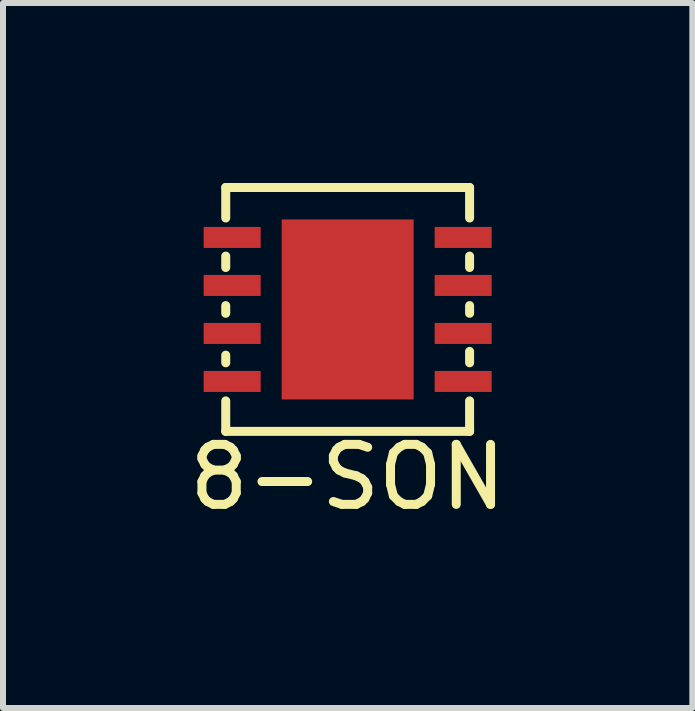
<source format=kicad_pcb>
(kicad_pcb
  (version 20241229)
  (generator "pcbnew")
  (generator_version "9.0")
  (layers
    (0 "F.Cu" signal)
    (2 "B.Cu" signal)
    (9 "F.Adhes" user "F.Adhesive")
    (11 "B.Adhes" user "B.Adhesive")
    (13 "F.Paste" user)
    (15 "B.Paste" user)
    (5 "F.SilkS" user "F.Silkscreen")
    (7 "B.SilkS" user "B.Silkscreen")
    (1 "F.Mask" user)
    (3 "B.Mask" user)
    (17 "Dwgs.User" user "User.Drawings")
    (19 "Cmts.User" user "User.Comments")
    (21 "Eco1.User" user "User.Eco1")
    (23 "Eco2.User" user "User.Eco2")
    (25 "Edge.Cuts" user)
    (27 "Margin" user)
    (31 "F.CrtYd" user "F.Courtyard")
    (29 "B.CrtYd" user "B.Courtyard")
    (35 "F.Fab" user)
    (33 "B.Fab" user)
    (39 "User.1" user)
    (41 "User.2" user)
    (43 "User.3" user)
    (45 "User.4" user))
  (footprint "8-SON"
    (layer "F.Cu")
    (at 2.744 2.107)
    (property "Reference" "8-SON" (at 0 2.794 0) (layer "F.SilkS") (effects (font (size 1 1) (thickness 0.15))))
    (attr through_hole)
    (fp_line (start -2.032 -2.032) (end -2.032 -1.524) (stroke (width 0.15) (type solid)) (layer "F.SilkS"))
    (fp_line (start -2.032 -2.032) (end 2.032 -2.032) (stroke (width 0.15) (type solid)) (layer "F.SilkS"))
    (fp_line (start -2.032 -0.889) (end -2.032 -0.699) (stroke (width 0.15) (type solid)) (layer "F.SilkS"))
    (fp_line (start -2.032 -0.064) (end -2.032 0.064) (stroke (width 0.15) (type solid)) (layer "F.SilkS"))
    (fp_line (start -2.032 0.762) (end -2.032 0.889) (stroke (width 0.15) (type solid)) (layer "F.SilkS"))
    (fp_line (start -2.032 2.032) (end -2.032 1.524) (stroke (width 0.15) (type solid)) (layer "F.SilkS"))
    (fp_line (start 2.032 -2.032) (end 2.032 -1.524) (stroke (width 0.15) (type solid)) (layer "F.SilkS"))
    (fp_line (start 2.032 -0.889) (end 2.032 -0.699) (stroke (width 0.15) (type solid)) (layer "F.SilkS"))
    (fp_line (start 2.032 -0.064) (end 2.032 0.064) (stroke (width 0.15) (type solid)) (layer "F.SilkS"))
    (fp_line (start 2.032 0.699) (end 2.032 0.889) (stroke (width 0.15) (type solid)) (layer "F.SilkS"))
    (fp_line (start 2.032 2.032) (end -2.032 2.032) (stroke (width 0.15) (type solid)) (layer "F.SilkS"))
    (fp_line (start 2.032 2.032) (end 2.032 1.524) (stroke (width 0.15) (type solid)) (layer "F.SilkS"))
    (pad "1" smd rect (at -1.925 -1.2 90) (size 0.35 0.95) (layers "F.Cu" "F.Mask" "F.Paste"))
    (pad "2" smd rect (at -1.925 -0.4 90) (size 0.35 0.95) (layers "F.Cu" "F.Mask" "F.Paste"))
    (pad "3" smd rect (at -1.925 0.4 90) (size 0.35 0.95) (layers "F.Cu" "F.Mask" "F.Paste"))
    (pad "4" smd rect (at -1.925 1.2 90) (size 0.35 0.95) (layers "F.Cu" "F.Mask" "F.Paste"))
    (pad "5" smd rect (at 1.925 1.2 90) (size 0.35 0.95) (layers "F.Cu" "F.Mask" "F.Paste"))
    (pad "6" smd rect (at 1.925 0.4 90) (size 0.35 0.95) (layers "F.Cu" "F.Mask" "F.Paste"))
    (pad "7" smd rect (at 1.925 -0.4 90) (size 0.35 0.95) (layers "F.Cu" "F.Mask" "F.Paste"))
    (pad "8" smd rect (at 1.925 -1.2 90) (size 0.35 0.95) (layers "F.Cu" "F.Mask" "F.Paste"))
    (pad "9" smd rect (at 0 0 90) (size 3 2.2) (layers "F.Cu" "F.Mask" "F.Paste")))
  (gr_rect
    (start -3 -3)
    (end 8.488 8.749)
    (stroke (width 0.1) (type default))
    (fill no)
    (layer "Edge.Cuts")))
</source>
